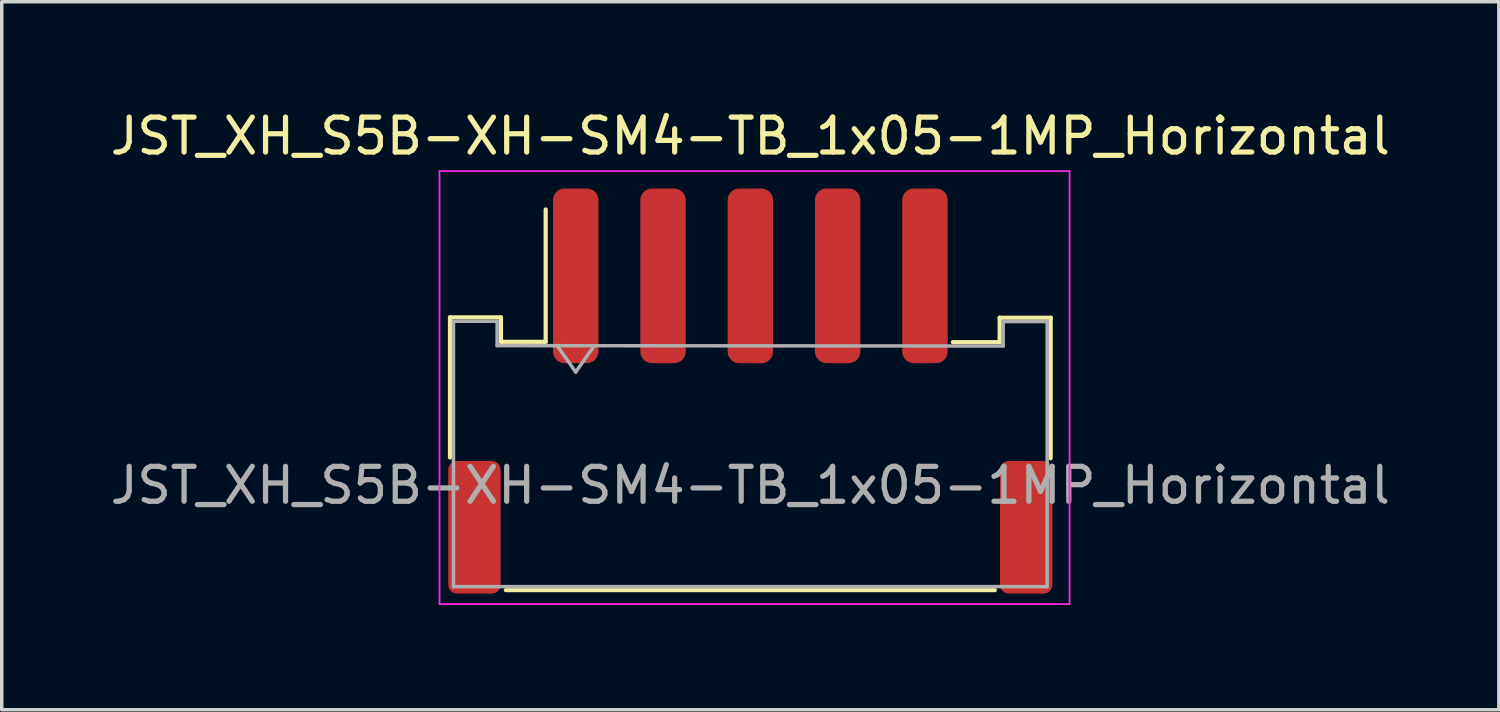
<source format=kicad_pcb>
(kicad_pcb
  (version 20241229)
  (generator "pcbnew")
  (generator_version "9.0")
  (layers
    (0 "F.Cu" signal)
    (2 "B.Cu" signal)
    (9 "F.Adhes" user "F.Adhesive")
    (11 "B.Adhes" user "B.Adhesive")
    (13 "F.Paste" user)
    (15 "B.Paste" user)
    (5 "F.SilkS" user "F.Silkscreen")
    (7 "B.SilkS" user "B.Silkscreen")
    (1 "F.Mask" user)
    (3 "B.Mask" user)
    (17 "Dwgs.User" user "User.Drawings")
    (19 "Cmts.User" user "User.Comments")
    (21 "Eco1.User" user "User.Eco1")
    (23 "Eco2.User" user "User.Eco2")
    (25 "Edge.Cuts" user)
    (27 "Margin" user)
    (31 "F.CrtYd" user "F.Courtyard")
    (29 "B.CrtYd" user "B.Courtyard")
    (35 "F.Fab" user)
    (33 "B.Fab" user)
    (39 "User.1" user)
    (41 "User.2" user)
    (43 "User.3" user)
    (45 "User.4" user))
  (footprint "JST_XH_S5B-XH-SM4-TB_1x05-1MP_Horizontal"
    (layer "F.Cu")
    (at 18.435 9.348)
    (property "Reference" "JST_XH_S5B-XH-SM4-TB_1x05-1MP_Horizontal" (at 0 -8.5 0) (layer "F.SilkS") (effects (font (size 1 1) (thickness 0.15))))
    (attr smd)
    (fp_line (start -8.6 -3.31) (end -7.14 -3.31) (stroke (width 0.12) (type solid)) (layer "F.SilkS"))
    (fp_line (start -8.6 0.7) (end -8.6 -3.31) (stroke (width 0.12) (type solid)) (layer "F.SilkS"))
    (fp_line (start -7.14 -3.31) (end -7.14 -2.61) (stroke (width 0.12) (type solid)) (layer "F.SilkS"))
    (fp_line (start -7.14 -2.61) (end -5.86 -2.61) (stroke (width 0.12) (type solid)) (layer "F.SilkS"))
    (fp_line (start -7 4.5) (end 7 4.5) (stroke (width 0.12) (type solid)) (layer "F.SilkS"))
    (fp_line (start -5.86 -2.61) (end -5.86 -6.4) (stroke (width 0.12) (type solid)) (layer "F.SilkS"))
    (fp_line (start 7.14 -3.3) (end 8.6 -3.3) (stroke (width 0.12) (type solid)) (layer "F.SilkS"))
    (fp_line (start 7.14 -2.6) (end 5.8 -2.6) (stroke (width 0.12) (type solid)) (layer "F.SilkS"))
    (fp_line (start 7.14 -2.6) (end 7.14 -3.3) (stroke (width 0.12) (type solid)) (layer "F.SilkS"))
    (fp_line (start 8.6 0.725) (end 8.6 -3.3) (stroke (width 0.12) (type solid)) (layer "F.SilkS"))
    (fp_line (start -8.9 -7.5) (end -8.9 4.9) (stroke (width 0.05) (type solid)) (layer "F.CrtYd"))
    (fp_line (start -8.9 4.9) (end 9.14 4.9) (stroke (width 0.05) (type solid)) (layer "F.CrtYd"))
    (fp_line (start 9.14 -7.5) (end -8.9 -7.5) (stroke (width 0.05) (type solid)) (layer "F.CrtYd"))
    (fp_line (start 9.14 4.9) (end 9.14 -7.5) (stroke (width 0.05) (type solid)) (layer "F.CrtYd"))
    (fp_line (start -8.5 -3.2) (end -8.5 4.4) (stroke (width 0.1) (type solid)) (layer "F.Fab"))
    (fp_line (start -8.5 -3.2) (end -7.25 -3.2) (stroke (width 0.1) (type solid)) (layer "F.Fab"))
    (fp_line (start -8.5 4.4) (end 8.5 4.4) (stroke (width 0.1) (type solid)) (layer "F.Fab"))
    (fp_line (start -7.25 -3.2) (end -7.25 -2.5) (stroke (width 0.1) (type solid)) (layer "F.Fab"))
    (fp_line (start -7.25 -2.5) (end 7.24 -2.49) (stroke (width 0.1) (type solid)) (layer "F.Fab"))
    (fp_line (start -5.5 -2.454) (end -5 -1.746) (stroke (width 0.1) (type solid)) (layer "F.Fab"))
    (fp_line (start -5 -1.746) (end -4.5 -2.454) (stroke (width 0.1) (type solid)) (layer "F.Fab"))
    (fp_line (start 7.24 -3.19) (end 8.49 -3.19) (stroke (width 0.1) (type solid)) (layer "F.Fab"))
    (fp_line (start 7.24 -2.49) (end 7.24 -3.19) (stroke (width 0.1) (type solid)) (layer "F.Fab"))
    (fp_line (start 8.5 -3.2) (end 8.5 4.4) (stroke (width 0.1) (type solid)) (layer "F.Fab"))
    (fp_text user "${REFERENCE}" (at 0 1.5 0) (layer "F.Fab") (effects (font (size 1 1) (thickness 0.15))))
    (pad "1" smd roundrect (at -5 -4.5) (size 1.3 5) (layers "F.Cu" "F.Mask" "F.Paste") (roundrect_rratio 0.25))
    (pad "2" smd roundrect (at -2.5 -4.5) (size 1.3 5) (layers "F.Cu" "F.Mask" "F.Paste") (roundrect_rratio 0.25))
    (pad "3" smd roundrect (at 0 -4.5) (size 1.3 5) (layers "F.Cu" "F.Mask" "F.Paste") (roundrect_rratio 0.25))
    (pad "4" smd roundrect (at 2.5 -4.5) (size 1.3 5) (layers "F.Cu" "F.Mask" "F.Paste") (roundrect_rratio 0.25))
    (pad "5" smd roundrect (at 5 -4.5) (size 1.3 5) (layers "F.Cu" "F.Mask" "F.Paste") (roundrect_rratio 0.25))
    (pad "MP" smd roundrect (at -7.9 2.7) (size 1.5 3.8) (layers "F.Cu" "F.Mask" "F.Paste") (roundrect_rratio 0.167))
    (pad "MP" smd roundrect (at 7.9 2.7) (size 1.5 3.8) (layers "F.Cu" "F.Mask" "F.Paste") (roundrect_rratio 0.167)))
  (gr_rect
    (start -3 -3)
    (end 39.869 17.273)
    (stroke (width 0.1) (type default))
    (fill no)
    (layer "Edge.Cuts")))
</source>
